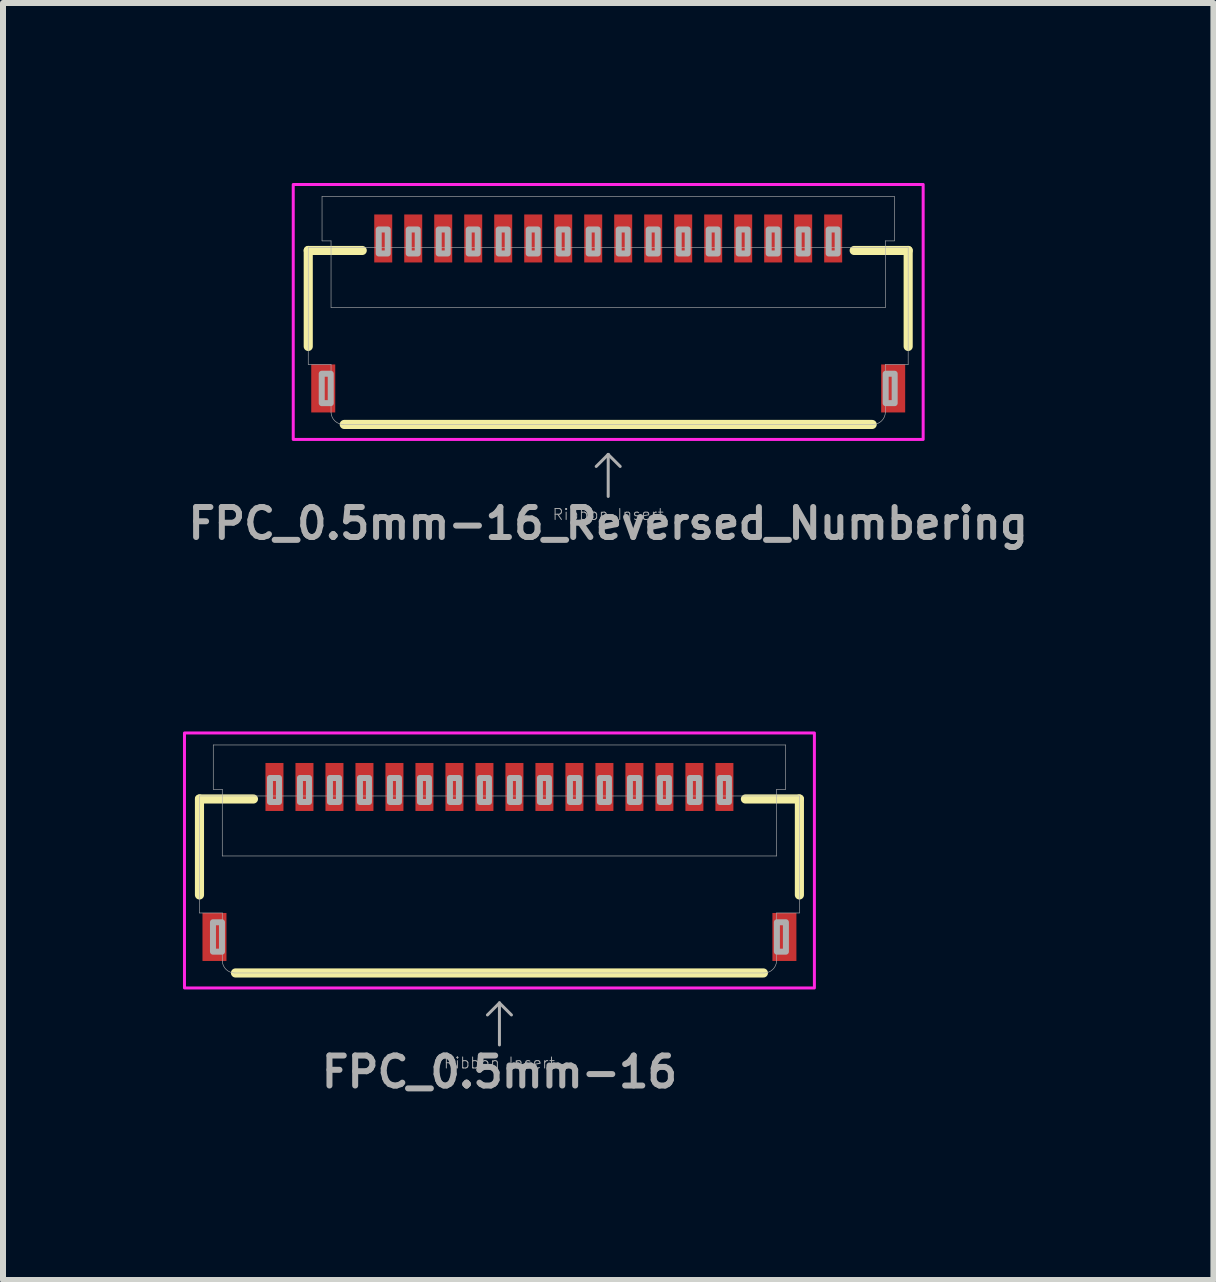
<source format=kicad_pcb>
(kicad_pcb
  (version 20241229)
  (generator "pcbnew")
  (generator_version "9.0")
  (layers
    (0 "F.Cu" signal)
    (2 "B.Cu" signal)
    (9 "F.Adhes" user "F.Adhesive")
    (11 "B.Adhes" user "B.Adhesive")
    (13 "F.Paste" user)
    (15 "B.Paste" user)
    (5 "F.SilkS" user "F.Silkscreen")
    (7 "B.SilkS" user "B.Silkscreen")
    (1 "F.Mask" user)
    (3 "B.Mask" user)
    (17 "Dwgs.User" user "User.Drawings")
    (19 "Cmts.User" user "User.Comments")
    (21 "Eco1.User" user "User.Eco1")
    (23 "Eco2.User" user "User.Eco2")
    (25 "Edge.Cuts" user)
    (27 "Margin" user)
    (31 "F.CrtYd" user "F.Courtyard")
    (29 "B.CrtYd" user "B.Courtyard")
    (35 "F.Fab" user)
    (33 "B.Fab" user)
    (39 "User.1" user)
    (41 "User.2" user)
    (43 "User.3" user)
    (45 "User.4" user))
  (footprint "FPC_0.5mm-16_Reversed_Numbering"
    (layer "F.Cu")
    (at 7.088 2.275)
    (property "Reference" "FPC_0.5mm-16_Reversed_Numbering" (at 0 3.4 0) (layer "F.Fab") (effects (font (size 0.5 0.5) (thickness 0.1) (bold yes))))
    (attr smd)
    (fp_line (start -5 -1.15) (end -5 0.45) (stroke (width 0.152) (type solid)) (layer "F.SilkS"))
    (fp_line (start -5 -1.15) (end -4.1 -1.15) (stroke (width 0.152) (type solid)) (layer "F.SilkS"))
    (fp_line (start -4.4 1.75) (end 4.4 1.75) (stroke (width 0.152) (type solid)) (layer "F.SilkS"))
    (fp_line (start 5 -1.15) (end 4.1 -1.15) (stroke (width 0.152) (type solid)) (layer "F.SilkS"))
    (fp_line (start 5 -1.15) (end 5 0.45) (stroke (width 0.152) (type solid)) (layer "F.SilkS"))
    (fp_poly (pts (xy -3.875 -1.025) (xy -3.625 -1.025) (xy -3.625 -1.675) (xy -3.875 -1.675)) (stroke (width 0) (type default)) (fill yes) (layer "F.Paste"))
    (fp_poly (pts (xy -3.375 -1.025) (xy -3.125 -1.025) (xy -3.125 -1.675) (xy -3.375 -1.675)) (stroke (width 0) (type default)) (fill yes) (layer "F.Paste"))
    (fp_poly (pts (xy -2.875 -1.025) (xy -2.625 -1.025) (xy -2.625 -1.675) (xy -2.875 -1.675)) (stroke (width 0) (type default)) (fill yes) (layer "F.Paste"))
    (fp_poly (pts (xy -2.375 -1.025) (xy -2.125 -1.025) (xy -2.125 -1.675) (xy -2.375 -1.675)) (stroke (width 0) (type default)) (fill yes) (layer "F.Paste"))
    (fp_poly (pts (xy -1.875 -1.025) (xy -1.625 -1.025) (xy -1.625 -1.675) (xy -1.875 -1.675)) (stroke (width 0) (type default)) (fill yes) (layer "F.Paste"))
    (fp_poly (pts (xy -1.375 -1.025) (xy -1.125 -1.025) (xy -1.125 -1.675) (xy -1.375 -1.675)) (stroke (width 0) (type default)) (fill yes) (layer "F.Paste"))
    (fp_poly (pts (xy -0.875 -1.025) (xy -0.625 -1.025) (xy -0.625 -1.675) (xy -0.875 -1.675)) (stroke (width 0) (type default)) (fill yes) (layer "F.Paste"))
    (fp_poly (pts (xy -0.375 -1.025) (xy -0.125 -1.025) (xy -0.125 -1.675) (xy -0.375 -1.675)) (stroke (width 0) (type default)) (fill yes) (layer "F.Paste"))
    (fp_poly (pts (xy 0.125 -1.025) (xy 0.375 -1.025) (xy 0.375 -1.675) (xy 0.125 -1.675)) (stroke (width 0) (type default)) (fill yes) (layer "F.Paste"))
    (fp_poly (pts (xy 0.625 -1.025) (xy 0.875 -1.025) (xy 0.875 -1.675) (xy 0.625 -1.675)) (stroke (width 0) (type default)) (fill yes) (layer "F.Paste"))
    (fp_poly (pts (xy 1.125 -1.025) (xy 1.375 -1.025) (xy 1.375 -1.675) (xy 1.125 -1.675)) (stroke (width 0) (type default)) (fill yes) (layer "F.Paste"))
    (fp_poly (pts (xy 1.625 -1.025) (xy 1.875 -1.025) (xy 1.875 -1.675) (xy 1.625 -1.675)) (stroke (width 0) (type default)) (fill yes) (layer "F.Paste"))
    (fp_poly (pts (xy 2.125 -1.025) (xy 2.375 -1.025) (xy 2.375 -1.675) (xy 2.125 -1.675)) (stroke (width 0) (type default)) (fill yes) (layer "F.Paste"))
    (fp_poly (pts (xy 2.625 -1.025) (xy 2.875 -1.025) (xy 2.875 -1.675) (xy 2.625 -1.675)) (stroke (width 0) (type default)) (fill yes) (layer "F.Paste"))
    (fp_poly (pts (xy 3.125 -1.025) (xy 3.375 -1.025) (xy 3.375 -1.675) (xy 3.125 -1.675)) (stroke (width 0) (type default)) (fill yes) (layer "F.Paste"))
    (fp_poly (pts (xy 3.625 -1.025) (xy 3.875 -1.025) (xy 3.875 -1.675) (xy 3.625 -1.675)) (stroke (width 0) (type default)) (fill yes) (layer "F.Paste"))
    (fp_rect (start -5.25 -2.25) (end 5.25 2) (stroke (width 0.05) (type default)) (fill no) (layer "F.CrtYd"))
    (fp_line (start -5 -1.2) (end -5 0.75) (stroke (width 0.01) (type solid)) (layer "F.Fab"))
    (fp_line (start -5 -1.2) (end -4.62 -1.2) (stroke (width 0.01) (type solid)) (layer "F.Fab"))
    (fp_line (start -4.77 -2.05) (end -4.77 -1.31) (stroke (width 0.01) (type solid)) (layer "F.Fab"))
    (fp_line (start -4.77 -2.05) (end 4.77 -2.05) (stroke (width 0.01) (type solid)) (layer "F.Fab"))
    (fp_line (start -4.62 -1.31) (end -4.77 -1.31) (stroke (width 0.01) (type solid)) (layer "F.Fab"))
    (fp_line (start -4.62 -1.2) (end -4.62 -1.31) (stroke (width 0.01) (type solid)) (layer "F.Fab"))
    (fp_line (start -4.62 -1.2) (end 4.62 -1.2) (stroke (width 0.01) (type solid)) (layer "F.Fab"))
    (fp_line (start -4.62 -0.2) (end -4.62 -1.2) (stroke (width 0.01) (type solid)) (layer "F.Fab"))
    (fp_line (start -4.62 -0.2) (end 4.62 -0.2) (stroke (width 0.01) (type solid)) (layer "F.Fab"))
    (fp_line (start -4.62 0.75) (end -5 0.75) (stroke (width 0.01) (type solid)) (layer "F.Fab"))
    (fp_line (start -4.62 1.55) (end -4.62 0.75) (stroke (width 0.01) (type solid)) (layer "F.Fab"))
    (fp_line (start 0 2.25) (end -0.2 2.45) (stroke (width 0.05) (type solid)) (layer "F.Fab"))
    (fp_line (start 0 2.25) (end 0.2 2.45) (stroke (width 0.05) (type solid)) (layer "F.Fab"))
    (fp_line (start 0 2.95) (end 0 2.25) (stroke (width 0.05) (type solid)) (layer "F.Fab"))
    (fp_line (start 4.41 1.75) (end -4.41 1.75) (stroke (width 0.01) (type solid)) (layer "F.Fab"))
    (fp_line (start 4.62 -1.31) (end 4.77 -1.31) (stroke (width 0.01) (type solid)) (layer "F.Fab"))
    (fp_line (start 4.62 -1.2) (end 4.62 -1.31) (stroke (width 0.01) (type solid)) (layer "F.Fab"))
    (fp_line (start 4.62 -1.2) (end 5 -1.2) (stroke (width 0.01) (type solid)) (layer "F.Fab"))
    (fp_line (start 4.62 -0.2) (end 4.62 -1.2) (stroke (width 0.01) (type solid)) (layer "F.Fab"))
    (fp_line (start 4.62 1.55) (end 4.62 0.75) (stroke (width 0.01) (type solid)) (layer "F.Fab"))
    (fp_line (start 4.77 -1.31) (end 4.77 -2.05) (stroke (width 0.01) (type solid)) (layer "F.Fab"))
    (fp_line (start 5 -1.2) (end 5 0.75) (stroke (width 0.01) (type solid)) (layer "F.Fab"))
    (fp_line (start 5 0.75) (end 4.62 0.75) (stroke (width 0.01) (type solid)) (layer "F.Fab"))
    (fp_arc (start -4.409999 1.749999) (mid -4.55542 1.692442) (end -4.62 1.55) (stroke (width 0.01) (type solid)) (layer "F.Fab"))
    (fp_arc (start 4.62 1.55) (mid 4.55542 1.692442) (end 4.409999 1.749999) (stroke (width 0.01) (type solid)) (layer "F.Fab"))
    (fp_poly (pts (xy -4.775 1.395) (xy -4.625 1.395) (xy -4.625 0.905) (xy -4.775 0.905)) (stroke (width 0.1) (type default)) (fill no) (layer "F.Fab"))
    (fp_poly (pts (xy -3.825 -1.1) (xy -3.675 -1.1) (xy -3.675 -1.5) (xy -3.825 -1.5)) (stroke (width 0.1) (type default)) (fill no) (layer "F.Fab"))
    (fp_poly (pts (xy -3.325 -1.1) (xy -3.175 -1.1) (xy -3.175 -1.5) (xy -3.325 -1.5)) (stroke (width 0.1) (type default)) (fill no) (layer "F.Fab"))
    (fp_poly (pts (xy -2.825 -1.1) (xy -2.675 -1.1) (xy -2.675 -1.5) (xy -2.825 -1.5)) (stroke (width 0.1) (type default)) (fill no) (layer "F.Fab"))
    (fp_poly (pts (xy -2.325 -1.1) (xy -2.175 -1.1) (xy -2.175 -1.5) (xy -2.325 -1.5)) (stroke (width 0.1) (type default)) (fill no) (layer "F.Fab"))
    (fp_poly (pts (xy -1.825 -1.1) (xy -1.675 -1.1) (xy -1.675 -1.5) (xy -1.825 -1.5)) (stroke (width 0.1) (type default)) (fill no) (layer "F.Fab"))
    (fp_poly (pts (xy -1.325 -1.1) (xy -1.175 -1.1) (xy -1.175 -1.5) (xy -1.325 -1.5)) (stroke (width 0.1) (type default)) (fill no) (layer "F.Fab"))
    (fp_poly (pts (xy -0.825 -1.1) (xy -0.675 -1.1) (xy -0.675 -1.5) (xy -0.825 -1.5)) (stroke (width 0.1) (type default)) (fill no) (layer "F.Fab"))
    (fp_poly (pts (xy -0.325 -1.1) (xy -0.175 -1.1) (xy -0.175 -1.5) (xy -0.325 -1.5)) (stroke (width 0.1) (type default)) (fill no) (layer "F.Fab"))
    (fp_poly (pts (xy 0.175 -1.1) (xy 0.325 -1.1) (xy 0.325 -1.5) (xy 0.175 -1.5)) (stroke (width 0.1) (type default)) (fill no) (layer "F.Fab"))
    (fp_poly (pts (xy 0.675 -1.1) (xy 0.825 -1.1) (xy 0.825 -1.5) (xy 0.675 -1.5)) (stroke (width 0.1) (type default)) (fill no) (layer "F.Fab"))
    (fp_poly (pts (xy 1.175 -1.1) (xy 1.325 -1.1) (xy 1.325 -1.5) (xy 1.175 -1.5)) (stroke (width 0.1) (type default)) (fill no) (layer "F.Fab"))
    (fp_poly (pts (xy 1.675 -1.1) (xy 1.825 -1.1) (xy 1.825 -1.5) (xy 1.675 -1.5)) (stroke (width 0.1) (type default)) (fill no) (layer "F.Fab"))
    (fp_poly (pts (xy 2.175 -1.1) (xy 2.325 -1.1) (xy 2.325 -1.5) (xy 2.175 -1.5)) (stroke (width 0.1) (type default)) (fill no) (layer "F.Fab"))
    (fp_poly (pts (xy 2.675 -1.1) (xy 2.825 -1.1) (xy 2.825 -1.5) (xy 2.675 -1.5)) (stroke (width 0.1) (type default)) (fill no) (layer "F.Fab"))
    (fp_poly (pts (xy 3.175 -1.1) (xy 3.325 -1.1) (xy 3.325 -1.5) (xy 3.175 -1.5)) (stroke (width 0.1) (type default)) (fill no) (layer "F.Fab"))
    (fp_poly (pts (xy 3.675 -1.1) (xy 3.825 -1.1) (xy 3.825 -1.5) (xy 3.675 -1.5)) (stroke (width 0.1) (type default)) (fill no) (layer "F.Fab"))
    (fp_poly (pts (xy 4.625 1.395) (xy 4.775 1.395) (xy 4.775 0.905) (xy 4.625 0.905)) (stroke (width 0.1) (type default)) (fill no) (layer "F.Fab"))
    (fp_text user "Ribbon Insert" (at 0 3.25 0) (layer "F.Fab") (effects (font (size 0.184 0.184) (thickness 0.016))))
    (pad "1" smd rect (at 3.75 -1.35) (size 0.3 0.8) (layers "F.Cu" "F.Mask"))
    (pad "2" smd rect (at 3.25 -1.35) (size 0.3 0.8) (layers "F.Cu" "F.Mask"))
    (pad "3" smd rect (at 2.75 -1.35) (size 0.3 0.8) (layers "F.Cu" "F.Mask"))
    (pad "4" smd rect (at 2.25 -1.35) (size 0.3 0.8) (layers "F.Cu" "F.Mask"))
    (pad "5" smd rect (at 1.75 -1.35) (size 0.3 0.8) (layers "F.Cu" "F.Mask"))
    (pad "6" smd rect (at 1.25 -1.35) (size 0.3 0.8) (layers "F.Cu" "F.Mask"))
    (pad "7" smd rect (at 0.75 -1.35) (size 0.3 0.8) (layers "F.Cu" "F.Mask"))
    (pad "8" smd rect (at 0.25 -1.35) (size 0.3 0.8) (layers "F.Cu" "F.Mask"))
    (pad "9" smd rect (at -0.25 -1.35) (size 0.3 0.8) (layers "F.Cu" "F.Mask"))
    (pad "10" smd rect (at -0.75 -1.35) (size 0.3 0.8) (layers "F.Cu" "F.Mask"))
    (pad "11" smd rect (at -1.25 -1.35) (size 0.3 0.8) (layers "F.Cu" "F.Mask"))
    (pad "12" smd rect (at -1.75 -1.35) (size 0.3 0.8) (layers "F.Cu" "F.Mask"))
    (pad "13" smd rect (at -2.25 -1.35) (size 0.3 0.8) (layers "F.Cu" "F.Mask"))
    (pad "14" smd rect (at -2.75 -1.35) (size 0.3 0.8) (layers "F.Cu" "F.Mask"))
    (pad "15" smd rect (at -3.25 -1.35) (size 0.3 0.8) (layers "F.Cu" "F.Mask"))
    (pad "16" smd rect (at -3.75 -1.35) (size 0.3 0.8) (layers "F.Cu" "F.Mask"))
    (pad "MP1" smd rect (at -4.75 1.15) (size 0.4 0.8) (layers "F.Cu" "F.Mask" "F.Paste"))
    (pad "MP2" smd rect (at 4.75 1.15) (size 0.4 0.8) (layers "F.Cu" "F.Mask" "F.Paste")))
  (footprint "FPC_0.5mm-16"
    (layer "F.Cu")
    (at 5.275 11.418)
    (property "Reference" "FPC_0.5mm-16" (at 0 3.4 0) (layer "F.Fab") (effects (font (size 0.5 0.5) (thickness 0.1) (bold yes))))
    (attr smd)
    (fp_line (start -5 -1.15) (end -5 0.45) (stroke (width 0.152) (type solid)) (layer "F.SilkS"))
    (fp_line (start -5 -1.15) (end -4.1 -1.15) (stroke (width 0.152) (type solid)) (layer "F.SilkS"))
    (fp_line (start -4.4 1.75) (end 4.4 1.75) (stroke (width 0.152) (type solid)) (layer "F.SilkS"))
    (fp_line (start 5 -1.15) (end 4.1 -1.15) (stroke (width 0.152) (type solid)) (layer "F.SilkS"))
    (fp_line (start 5 -1.15) (end 5 0.45) (stroke (width 0.152) (type solid)) (layer "F.SilkS"))
    (fp_poly (pts (xy -3.875 -1.025) (xy -3.625 -1.025) (xy -3.625 -1.675) (xy -3.875 -1.675)) (stroke (width 0) (type default)) (fill yes) (layer "F.Paste"))
    (fp_poly (pts (xy -3.375 -1.025) (xy -3.125 -1.025) (xy -3.125 -1.675) (xy -3.375 -1.675)) (stroke (width 0) (type default)) (fill yes) (layer "F.Paste"))
    (fp_poly (pts (xy -2.875 -1.025) (xy -2.625 -1.025) (xy -2.625 -1.675) (xy -2.875 -1.675)) (stroke (width 0) (type default)) (fill yes) (layer "F.Paste"))
    (fp_poly (pts (xy -2.375 -1.025) (xy -2.125 -1.025) (xy -2.125 -1.675) (xy -2.375 -1.675)) (stroke (width 0) (type default)) (fill yes) (layer "F.Paste"))
    (fp_poly (pts (xy -1.875 -1.025) (xy -1.625 -1.025) (xy -1.625 -1.675) (xy -1.875 -1.675)) (stroke (width 0) (type default)) (fill yes) (layer "F.Paste"))
    (fp_poly (pts (xy -1.375 -1.025) (xy -1.125 -1.025) (xy -1.125 -1.675) (xy -1.375 -1.675)) (stroke (width 0) (type default)) (fill yes) (layer "F.Paste"))
    (fp_poly (pts (xy -0.875 -1.025) (xy -0.625 -1.025) (xy -0.625 -1.675) (xy -0.875 -1.675)) (stroke (width 0) (type default)) (fill yes) (layer "F.Paste"))
    (fp_poly (pts (xy -0.375 -1.025) (xy -0.125 -1.025) (xy -0.125 -1.675) (xy -0.375 -1.675)) (stroke (width 0) (type default)) (fill yes) (layer "F.Paste"))
    (fp_poly (pts (xy 0.125 -1.025) (xy 0.375 -1.025) (xy 0.375 -1.675) (xy 0.125 -1.675)) (stroke (width 0) (type default)) (fill yes) (layer "F.Paste"))
    (fp_poly (pts (xy 0.625 -1.025) (xy 0.875 -1.025) (xy 0.875 -1.675) (xy 0.625 -1.675)) (stroke (width 0) (type default)) (fill yes) (layer "F.Paste"))
    (fp_poly (pts (xy 1.125 -1.025) (xy 1.375 -1.025) (xy 1.375 -1.675) (xy 1.125 -1.675)) (stroke (width 0) (type default)) (fill yes) (layer "F.Paste"))
    (fp_poly (pts (xy 1.625 -1.025) (xy 1.875 -1.025) (xy 1.875 -1.675) (xy 1.625 -1.675)) (stroke (width 0) (type default)) (fill yes) (layer "F.Paste"))
    (fp_poly (pts (xy 2.125 -1.025) (xy 2.375 -1.025) (xy 2.375 -1.675) (xy 2.125 -1.675)) (stroke (width 0) (type default)) (fill yes) (layer "F.Paste"))
    (fp_poly (pts (xy 2.625 -1.025) (xy 2.875 -1.025) (xy 2.875 -1.675) (xy 2.625 -1.675)) (stroke (width 0) (type default)) (fill yes) (layer "F.Paste"))
    (fp_poly (pts (xy 3.125 -1.025) (xy 3.375 -1.025) (xy 3.375 -1.675) (xy 3.125 -1.675)) (stroke (width 0) (type default)) (fill yes) (layer "F.Paste"))
    (fp_poly (pts (xy 3.625 -1.025) (xy 3.875 -1.025) (xy 3.875 -1.675) (xy 3.625 -1.675)) (stroke (width 0) (type default)) (fill yes) (layer "F.Paste"))
    (fp_rect (start -5.25 -2.25) (end 5.25 2) (stroke (width 0.05) (type default)) (fill no) (layer "F.CrtYd"))
    (fp_line (start -5 -1.2) (end -5 0.75) (stroke (width 0.01) (type solid)) (layer "F.Fab"))
    (fp_line (start -5 -1.2) (end -4.62 -1.2) (stroke (width 0.01) (type solid)) (layer "F.Fab"))
    (fp_line (start -4.77 -2.05) (end -4.77 -1.31) (stroke (width 0.01) (type solid)) (layer "F.Fab"))
    (fp_line (start -4.77 -2.05) (end 4.77 -2.05) (stroke (width 0.01) (type solid)) (layer "F.Fab"))
    (fp_line (start -4.62 -1.31) (end -4.77 -1.31) (stroke (width 0.01) (type solid)) (layer "F.Fab"))
    (fp_line (start -4.62 -1.2) (end -4.62 -1.31) (stroke (width 0.01) (type solid)) (layer "F.Fab"))
    (fp_line (start -4.62 -1.2) (end 4.62 -1.2) (stroke (width 0.01) (type solid)) (layer "F.Fab"))
    (fp_line (start -4.62 -0.2) (end -4.62 -1.2) (stroke (width 0.01) (type solid)) (layer "F.Fab"))
    (fp_line (start -4.62 -0.2) (end 4.62 -0.2) (stroke (width 0.01) (type solid)) (layer "F.Fab"))
    (fp_line (start -4.62 0.75) (end -5 0.75) (stroke (width 0.01) (type solid)) (layer "F.Fab"))
    (fp_line (start -4.62 1.55) (end -4.62 0.75) (stroke (width 0.01) (type solid)) (layer "F.Fab"))
    (fp_line (start 0 2.25) (end -0.2 2.45) (stroke (width 0.05) (type solid)) (layer "F.Fab"))
    (fp_line (start 0 2.25) (end 0.2 2.45) (stroke (width 0.05) (type solid)) (layer "F.Fab"))
    (fp_line (start 0 2.95) (end 0 2.25) (stroke (width 0.05) (type solid)) (layer "F.Fab"))
    (fp_line (start 4.41 1.75) (end -4.41 1.75) (stroke (width 0.01) (type solid)) (layer "F.Fab"))
    (fp_line (start 4.62 -1.31) (end 4.77 -1.31) (stroke (width 0.01) (type solid)) (layer "F.Fab"))
    (fp_line (start 4.62 -1.2) (end 4.62 -1.31) (stroke (width 0.01) (type solid)) (layer "F.Fab"))
    (fp_line (start 4.62 -1.2) (end 5 -1.2) (stroke (width 0.01) (type solid)) (layer "F.Fab"))
    (fp_line (start 4.62 -0.2) (end 4.62 -1.2) (stroke (width 0.01) (type solid)) (layer "F.Fab"))
    (fp_line (start 4.62 1.55) (end 4.62 0.75) (stroke (width 0.01) (type solid)) (layer "F.Fab"))
    (fp_line (start 4.77 -1.31) (end 4.77 -2.05) (stroke (width 0.01) (type solid)) (layer "F.Fab"))
    (fp_line (start 5 -1.2) (end 5 0.75) (stroke (width 0.01) (type solid)) (layer "F.Fab"))
    (fp_line (start 5 0.75) (end 4.62 0.75) (stroke (width 0.01) (type solid)) (layer "F.Fab"))
    (fp_arc (start -4.409999 1.749999) (mid -4.55542 1.692442) (end -4.62 1.55) (stroke (width 0.01) (type solid)) (layer "F.Fab"))
    (fp_arc (start 4.62 1.55) (mid 4.55542 1.692442) (end 4.409999 1.749999) (stroke (width 0.01) (type solid)) (layer "F.Fab"))
    (fp_poly (pts (xy -4.775 1.395) (xy -4.625 1.395) (xy -4.625 0.905) (xy -4.775 0.905)) (stroke (width 0.1) (type default)) (fill no) (layer "F.Fab"))
    (fp_poly (pts (xy -3.825 -1.1) (xy -3.675 -1.1) (xy -3.675 -1.5) (xy -3.825 -1.5)) (stroke (width 0.1) (type default)) (fill no) (layer "F.Fab"))
    (fp_poly (pts (xy -3.325 -1.1) (xy -3.175 -1.1) (xy -3.175 -1.5) (xy -3.325 -1.5)) (stroke (width 0.1) (type default)) (fill no) (layer "F.Fab"))
    (fp_poly (pts (xy -2.825 -1.1) (xy -2.675 -1.1) (xy -2.675 -1.5) (xy -2.825 -1.5)) (stroke (width 0.1) (type default)) (fill no) (layer "F.Fab"))
    (fp_poly (pts (xy -2.325 -1.1) (xy -2.175 -1.1) (xy -2.175 -1.5) (xy -2.325 -1.5)) (stroke (width 0.1) (type default)) (fill no) (layer "F.Fab"))
    (fp_poly (pts (xy -1.825 -1.1) (xy -1.675 -1.1) (xy -1.675 -1.5) (xy -1.825 -1.5)) (stroke (width 0.1) (type default)) (fill no) (layer "F.Fab"))
    (fp_poly (pts (xy -1.325 -1.1) (xy -1.175 -1.1) (xy -1.175 -1.5) (xy -1.325 -1.5)) (stroke (width 0.1) (type default)) (fill no) (layer "F.Fab"))
    (fp_poly (pts (xy -0.825 -1.1) (xy -0.675 -1.1) (xy -0.675 -1.5) (xy -0.825 -1.5)) (stroke (width 0.1) (type default)) (fill no) (layer "F.Fab"))
    (fp_poly (pts (xy -0.325 -1.1) (xy -0.175 -1.1) (xy -0.175 -1.5) (xy -0.325 -1.5)) (stroke (width 0.1) (type default)) (fill no) (layer "F.Fab"))
    (fp_poly (pts (xy 0.175 -1.1) (xy 0.325 -1.1) (xy 0.325 -1.5) (xy 0.175 -1.5)) (stroke (width 0.1) (type default)) (fill no) (layer "F.Fab"))
    (fp_poly (pts (xy 0.675 -1.1) (xy 0.825 -1.1) (xy 0.825 -1.5) (xy 0.675 -1.5)) (stroke (width 0.1) (type default)) (fill no) (layer "F.Fab"))
    (fp_poly (pts (xy 1.175 -1.1) (xy 1.325 -1.1) (xy 1.325 -1.5) (xy 1.175 -1.5)) (stroke (width 0.1) (type default)) (fill no) (layer "F.Fab"))
    (fp_poly (pts (xy 1.675 -1.1) (xy 1.825 -1.1) (xy 1.825 -1.5) (xy 1.675 -1.5)) (stroke (width 0.1) (type default)) (fill no) (layer "F.Fab"))
    (fp_poly (pts (xy 2.175 -1.1) (xy 2.325 -1.1) (xy 2.325 -1.5) (xy 2.175 -1.5)) (stroke (width 0.1) (type default)) (fill no) (layer "F.Fab"))
    (fp_poly (pts (xy 2.675 -1.1) (xy 2.825 -1.1) (xy 2.825 -1.5) (xy 2.675 -1.5)) (stroke (width 0.1) (type default)) (fill no) (layer "F.Fab"))
    (fp_poly (pts (xy 3.175 -1.1) (xy 3.325 -1.1) (xy 3.325 -1.5) (xy 3.175 -1.5)) (stroke (width 0.1) (type default)) (fill no) (layer "F.Fab"))
    (fp_poly (pts (xy 3.675 -1.1) (xy 3.825 -1.1) (xy 3.825 -1.5) (xy 3.675 -1.5)) (stroke (width 0.1) (type default)) (fill no) (layer "F.Fab"))
    (fp_poly (pts (xy 4.625 1.395) (xy 4.775 1.395) (xy 4.775 0.905) (xy 4.625 0.905)) (stroke (width 0.1) (type default)) (fill no) (layer "F.Fab"))
    (fp_text user "Ribbon Insert" (at 0 3.25 0) (layer "F.Fab") (effects (font (size 0.184 0.184) (thickness 0.016))))
    (pad "1" smd rect (at -3.75 -1.35) (size 0.3 0.8) (layers "F.Cu" "F.Mask"))
    (pad "2" smd rect (at -3.25 -1.35) (size 0.3 0.8) (layers "F.Cu" "F.Mask"))
    (pad "3" smd rect (at -2.75 -1.35) (size 0.3 0.8) (layers "F.Cu" "F.Mask"))
    (pad "4" smd rect (at -2.25 -1.35) (size 0.3 0.8) (layers "F.Cu" "F.Mask"))
    (pad "5" smd rect (at -1.75 -1.35) (size 0.3 0.8) (layers "F.Cu" "F.Mask"))
    (pad "6" smd rect (at -1.25 -1.35) (size 0.3 0.8) (layers "F.Cu" "F.Mask"))
    (pad "7" smd rect (at -0.75 -1.35) (size 0.3 0.8) (layers "F.Cu" "F.Mask"))
    (pad "8" smd rect (at -0.25 -1.35) (size 0.3 0.8) (layers "F.Cu" "F.Mask"))
    (pad "9" smd rect (at 0.25 -1.35) (size 0.3 0.8) (layers "F.Cu" "F.Mask"))
    (pad "10" smd rect (at 0.75 -1.35) (size 0.3 0.8) (layers "F.Cu" "F.Mask"))
    (pad "11" smd rect (at 1.25 -1.35) (size 0.3 0.8) (layers "F.Cu" "F.Mask"))
    (pad "12" smd rect (at 1.75 -1.35) (size 0.3 0.8) (layers "F.Cu" "F.Mask"))
    (pad "13" smd rect (at 2.25 -1.35) (size 0.3 0.8) (layers "F.Cu" "F.Mask"))
    (pad "14" smd rect (at 2.75 -1.35) (size 0.3 0.8) (layers "F.Cu" "F.Mask"))
    (pad "15" smd rect (at 3.25 -1.35) (size 0.3 0.8) (layers "F.Cu" "F.Mask"))
    (pad "16" smd rect (at 3.75 -1.35) (size 0.3 0.8) (layers "F.Cu" "F.Mask"))
    (pad "MP1" smd rect (at -4.75 1.15) (size 0.4 0.8) (layers "F.Cu" "F.Mask" "F.Paste"))
    (pad "MP2" smd rect (at 4.75 1.15) (size 0.4 0.8) (layers "F.Cu" "F.Mask" "F.Paste")))
  (gr_rect
    (start -3 -3)
    (end 17.176 18.286)
    (stroke (width 0.1) (type default))
    (fill no)
    (layer "Edge.Cuts")))
</source>
